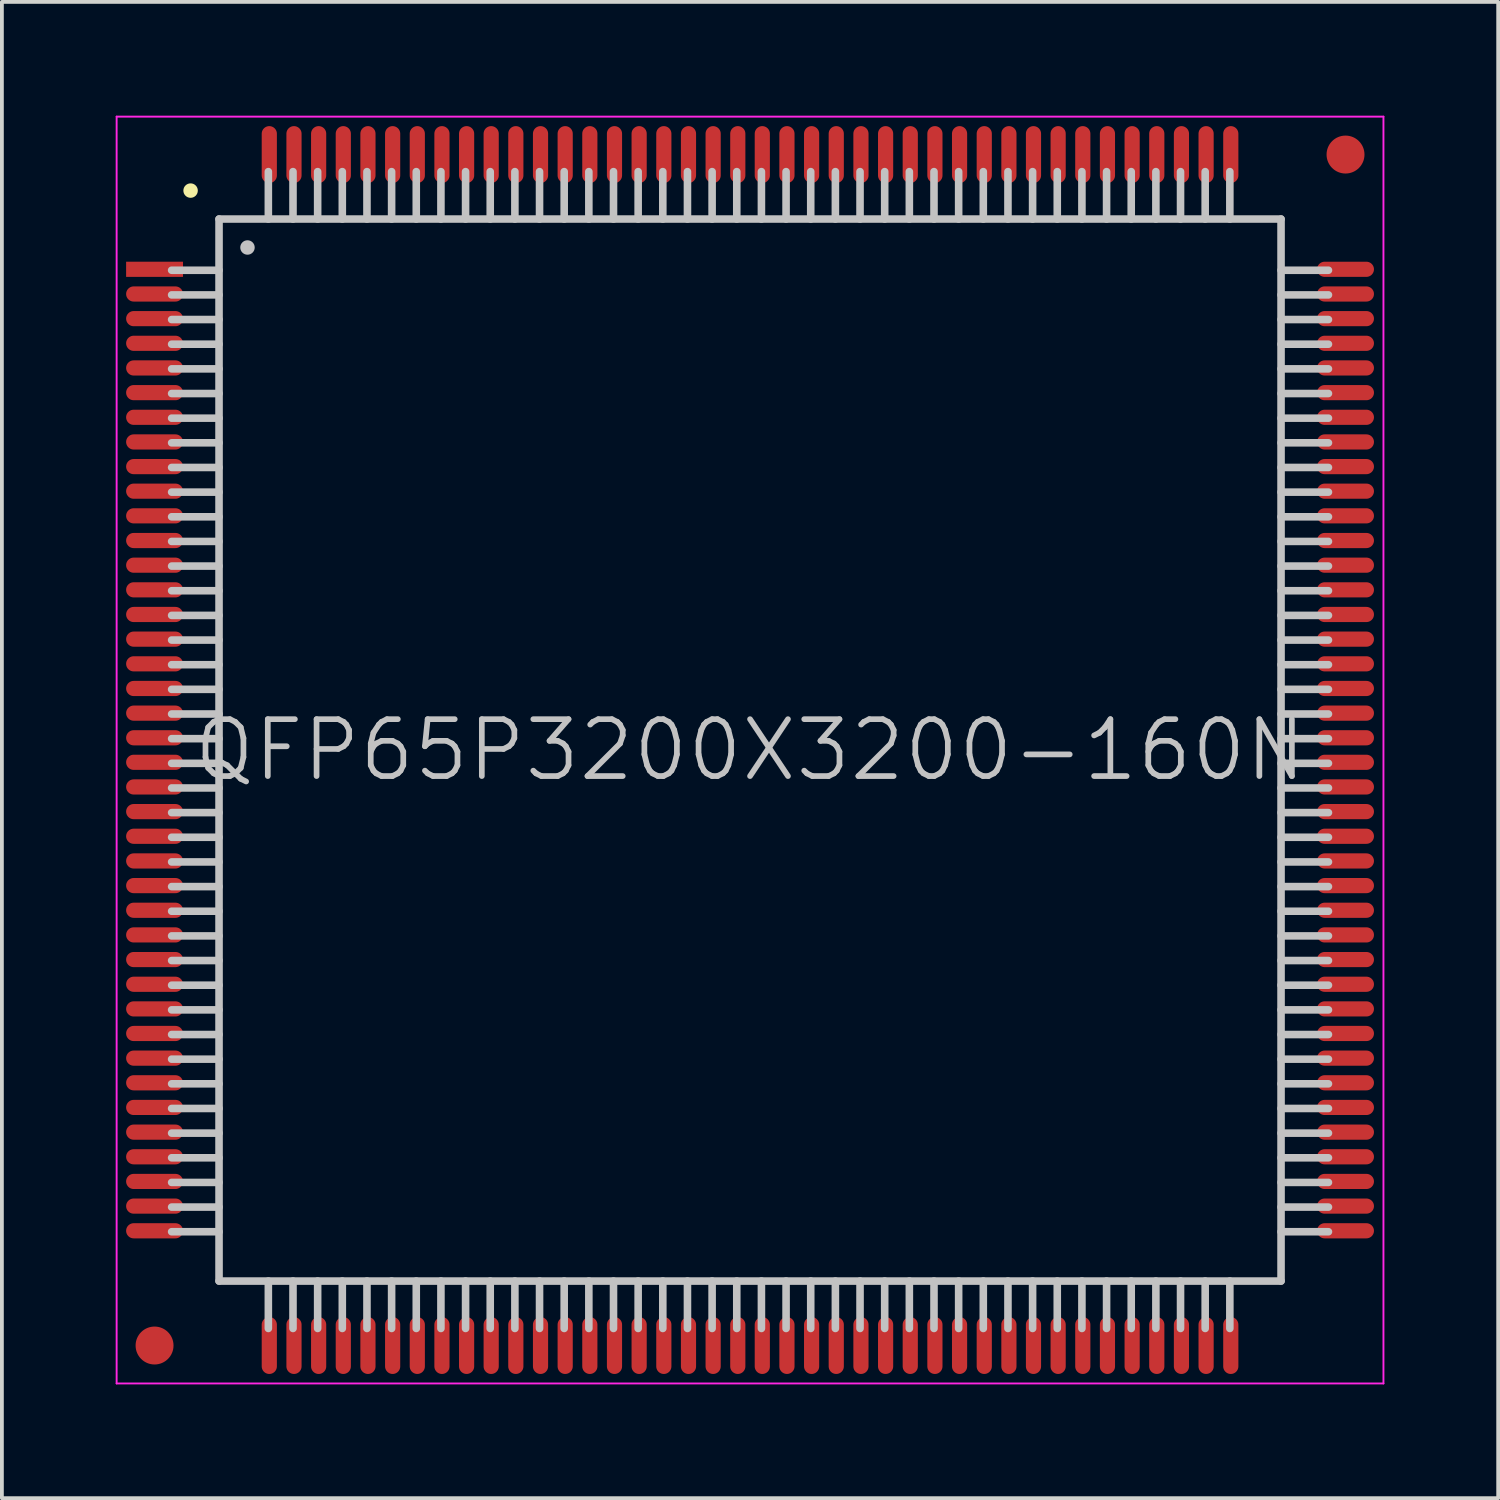
<source format=kicad_pcb>
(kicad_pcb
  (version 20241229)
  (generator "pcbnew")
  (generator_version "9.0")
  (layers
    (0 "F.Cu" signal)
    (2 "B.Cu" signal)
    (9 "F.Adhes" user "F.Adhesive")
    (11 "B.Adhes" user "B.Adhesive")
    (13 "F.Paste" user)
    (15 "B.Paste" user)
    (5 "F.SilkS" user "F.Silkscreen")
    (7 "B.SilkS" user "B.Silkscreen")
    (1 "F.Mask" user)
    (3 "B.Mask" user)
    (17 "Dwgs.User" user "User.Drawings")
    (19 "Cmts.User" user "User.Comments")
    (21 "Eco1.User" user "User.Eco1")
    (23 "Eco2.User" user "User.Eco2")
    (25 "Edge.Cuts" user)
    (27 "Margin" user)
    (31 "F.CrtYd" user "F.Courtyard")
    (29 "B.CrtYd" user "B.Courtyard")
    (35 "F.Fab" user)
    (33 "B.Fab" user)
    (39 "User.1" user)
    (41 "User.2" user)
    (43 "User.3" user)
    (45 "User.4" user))
  (footprint "QFP65P3200X3200-160N"
    (layer "F.Cu")
    (at 16.725 16.725)
    (property "Reference" "QFP65P3200X3200-160N" (at 0 0 0) (layer "Dwgs.User") (effects (font (size 1.5 1.5) (thickness 0.15))))
    (attr smd)
    (fp_line (start -14.75 -14.75) (end -14.75 -14.75) (stroke (width 0.381) (type solid)) (layer "F.SilkS"))
    (fp_line (start -14 -14) (end -14 14) (stroke (width 0.2) (type solid)) (layer "Dwgs.User"))
    (fp_line (start -14 -14) (end 14 -14) (stroke (width 0.2) (type solid)) (layer "Dwgs.User"))
    (fp_line (start -14 -12.65) (end -15.25 -12.65) (stroke (width 0.2) (type solid)) (layer "Dwgs.User"))
    (fp_line (start -14 -12) (end -15.25 -12) (stroke (width 0.2) (type solid)) (layer "Dwgs.User"))
    (fp_line (start -14 -11.35) (end -15.25 -11.35) (stroke (width 0.2) (type solid)) (layer "Dwgs.User"))
    (fp_line (start -14 -10.7) (end -15.25 -10.7) (stroke (width 0.2) (type solid)) (layer "Dwgs.User"))
    (fp_line (start -14 -10.05) (end -15.25 -10.05) (stroke (width 0.2) (type solid)) (layer "Dwgs.User"))
    (fp_line (start -14 -9.4) (end -15.25 -9.4) (stroke (width 0.2) (type solid)) (layer "Dwgs.User"))
    (fp_line (start -14 -8.75) (end -15.25 -8.75) (stroke (width 0.2) (type solid)) (layer "Dwgs.User"))
    (fp_line (start -14 -8.1) (end -15.25 -8.1) (stroke (width 0.2) (type solid)) (layer "Dwgs.User"))
    (fp_line (start -14 -7.45) (end -15.25 -7.45) (stroke (width 0.2) (type solid)) (layer "Dwgs.User"))
    (fp_line (start -14 -6.8) (end -15.25 -6.8) (stroke (width 0.2) (type solid)) (layer "Dwgs.User"))
    (fp_line (start -14 -6.15) (end -15.25 -6.15) (stroke (width 0.2) (type solid)) (layer "Dwgs.User"))
    (fp_line (start -14 -5.5) (end -15.25 -5.5) (stroke (width 0.2) (type solid)) (layer "Dwgs.User"))
    (fp_line (start -14 -4.85) (end -15.25 -4.85) (stroke (width 0.2) (type solid)) (layer "Dwgs.User"))
    (fp_line (start -14 -4.2) (end -15.25 -4.2) (stroke (width 0.2) (type solid)) (layer "Dwgs.User"))
    (fp_line (start -14 -3.55) (end -15.25 -3.55) (stroke (width 0.2) (type solid)) (layer "Dwgs.User"))
    (fp_line (start -14 -2.9) (end -15.25 -2.9) (stroke (width 0.2) (type solid)) (layer "Dwgs.User"))
    (fp_line (start -14 -2.25) (end -15.25 -2.25) (stroke (width 0.2) (type solid)) (layer "Dwgs.User"))
    (fp_line (start -14 -1.6) (end -15.25 -1.6) (stroke (width 0.2) (type solid)) (layer "Dwgs.User"))
    (fp_line (start -14 -0.95) (end -15.25 -0.95) (stroke (width 0.2) (type solid)) (layer "Dwgs.User"))
    (fp_line (start -14 -0.3) (end -15.25 -0.3) (stroke (width 0.2) (type solid)) (layer "Dwgs.User"))
    (fp_line (start -14 0.35) (end -15.25 0.35) (stroke (width 0.2) (type solid)) (layer "Dwgs.User"))
    (fp_line (start -14 1) (end -15.25 1) (stroke (width 0.2) (type solid)) (layer "Dwgs.User"))
    (fp_line (start -14 1.65) (end -15.25 1.65) (stroke (width 0.2) (type solid)) (layer "Dwgs.User"))
    (fp_line (start -14 2.3) (end -15.25 2.3) (stroke (width 0.2) (type solid)) (layer "Dwgs.User"))
    (fp_line (start -14 2.95) (end -15.25 2.95) (stroke (width 0.2) (type solid)) (layer "Dwgs.User"))
    (fp_line (start -14 3.6) (end -15.25 3.6) (stroke (width 0.2) (type solid)) (layer "Dwgs.User"))
    (fp_line (start -14 4.25) (end -15.25 4.25) (stroke (width 0.2) (type solid)) (layer "Dwgs.User"))
    (fp_line (start -14 4.9) (end -15.25 4.9) (stroke (width 0.2) (type solid)) (layer "Dwgs.User"))
    (fp_line (start -14 5.55) (end -15.25 5.55) (stroke (width 0.2) (type solid)) (layer "Dwgs.User"))
    (fp_line (start -14 6.2) (end -15.25 6.2) (stroke (width 0.2) (type solid)) (layer "Dwgs.User"))
    (fp_line (start -14 6.85) (end -15.25 6.85) (stroke (width 0.2) (type solid)) (layer "Dwgs.User"))
    (fp_line (start -14 7.5) (end -15.25 7.5) (stroke (width 0.2) (type solid)) (layer "Dwgs.User"))
    (fp_line (start -14 8.15) (end -15.25 8.15) (stroke (width 0.2) (type solid)) (layer "Dwgs.User"))
    (fp_line (start -14 8.8) (end -15.25 8.8) (stroke (width 0.2) (type solid)) (layer "Dwgs.User"))
    (fp_line (start -14 9.45) (end -15.25 9.45) (stroke (width 0.2) (type solid)) (layer "Dwgs.User"))
    (fp_line (start -14 10.1) (end -15.25 10.1) (stroke (width 0.2) (type solid)) (layer "Dwgs.User"))
    (fp_line (start -14 10.75) (end -15.25 10.75) (stroke (width 0.2) (type solid)) (layer "Dwgs.User"))
    (fp_line (start -14 11.4) (end -15.25 11.4) (stroke (width 0.2) (type solid)) (layer "Dwgs.User"))
    (fp_line (start -14 12.05) (end -15.25 12.05) (stroke (width 0.2) (type solid)) (layer "Dwgs.User"))
    (fp_line (start -14 12.7) (end -15.25 12.7) (stroke (width 0.2) (type solid)) (layer "Dwgs.User"))
    (fp_line (start -14 14) (end 14 14) (stroke (width 0.2) (type solid)) (layer "Dwgs.User"))
    (fp_line (start -13.25 -13.25) (end -13.25 -13.25) (stroke (width 0.381) (type solid)) (layer "Dwgs.User"))
    (fp_line (start -12.7 -15.25) (end -12.7 -14) (stroke (width 0.2) (type solid)) (layer "Dwgs.User"))
    (fp_line (start -12.7 14) (end -12.7 15.25) (stroke (width 0.2) (type solid)) (layer "Dwgs.User"))
    (fp_line (start -12.05 -15.25) (end -12.05 -14) (stroke (width 0.2) (type solid)) (layer "Dwgs.User"))
    (fp_line (start -12.05 14) (end -12.05 15.25) (stroke (width 0.2) (type solid)) (layer "Dwgs.User"))
    (fp_line (start -11.4 -15.25) (end -11.4 -14) (stroke (width 0.2) (type solid)) (layer "Dwgs.User"))
    (fp_line (start -11.4 14) (end -11.4 15.25) (stroke (width 0.2) (type solid)) (layer "Dwgs.User"))
    (fp_line (start -10.75 -15.25) (end -10.75 -14) (stroke (width 0.2) (type solid)) (layer "Dwgs.User"))
    (fp_line (start -10.75 14) (end -10.75 15.25) (stroke (width 0.2) (type solid)) (layer "Dwgs.User"))
    (fp_line (start -10.1 -15.25) (end -10.1 -14) (stroke (width 0.2) (type solid)) (layer "Dwgs.User"))
    (fp_line (start -10.1 14) (end -10.1 15.25) (stroke (width 0.2) (type solid)) (layer "Dwgs.User"))
    (fp_line (start -9.45 -15.25) (end -9.45 -14) (stroke (width 0.2) (type solid)) (layer "Dwgs.User"))
    (fp_line (start -9.45 14) (end -9.45 15.25) (stroke (width 0.2) (type solid)) (layer "Dwgs.User"))
    (fp_line (start -8.8 -15.25) (end -8.8 -14) (stroke (width 0.2) (type solid)) (layer "Dwgs.User"))
    (fp_line (start -8.8 14) (end -8.8 15.25) (stroke (width 0.2) (type solid)) (layer "Dwgs.User"))
    (fp_line (start -8.15 -15.25) (end -8.15 -14) (stroke (width 0.2) (type solid)) (layer "Dwgs.User"))
    (fp_line (start -8.15 14) (end -8.15 15.25) (stroke (width 0.2) (type solid)) (layer "Dwgs.User"))
    (fp_line (start -7.5 -15.25) (end -7.5 -14) (stroke (width 0.2) (type solid)) (layer "Dwgs.User"))
    (fp_line (start -7.5 14) (end -7.5 15.25) (stroke (width 0.2) (type solid)) (layer "Dwgs.User"))
    (fp_line (start -6.85 -15.25) (end -6.85 -14) (stroke (width 0.2) (type solid)) (layer "Dwgs.User"))
    (fp_line (start -6.85 14) (end -6.85 15.25) (stroke (width 0.2) (type solid)) (layer "Dwgs.User"))
    (fp_line (start -6.2 -15.25) (end -6.2 -14) (stroke (width 0.2) (type solid)) (layer "Dwgs.User"))
    (fp_line (start -6.2 14) (end -6.2 15.25) (stroke (width 0.2) (type solid)) (layer "Dwgs.User"))
    (fp_line (start -5.55 -15.25) (end -5.55 -14) (stroke (width 0.2) (type solid)) (layer "Dwgs.User"))
    (fp_line (start -5.55 14) (end -5.55 15.25) (stroke (width 0.2) (type solid)) (layer "Dwgs.User"))
    (fp_line (start -4.9 -15.25) (end -4.9 -14) (stroke (width 0.2) (type solid)) (layer "Dwgs.User"))
    (fp_line (start -4.9 14) (end -4.9 15.25) (stroke (width 0.2) (type solid)) (layer "Dwgs.User"))
    (fp_line (start -4.25 -15.25) (end -4.25 -14) (stroke (width 0.2) (type solid)) (layer "Dwgs.User"))
    (fp_line (start -4.25 14) (end -4.25 15.25) (stroke (width 0.2) (type solid)) (layer "Dwgs.User"))
    (fp_line (start -3.6 -15.25) (end -3.6 -14) (stroke (width 0.2) (type solid)) (layer "Dwgs.User"))
    (fp_line (start -3.6 14) (end -3.6 15.25) (stroke (width 0.2) (type solid)) (layer "Dwgs.User"))
    (fp_line (start -2.95 -15.25) (end -2.95 -14) (stroke (width 0.2) (type solid)) (layer "Dwgs.User"))
    (fp_line (start -2.95 14) (end -2.95 15.25) (stroke (width 0.2) (type solid)) (layer "Dwgs.User"))
    (fp_line (start -2.3 -15.25) (end -2.3 -14) (stroke (width 0.2) (type solid)) (layer "Dwgs.User"))
    (fp_line (start -2.3 14) (end -2.3 15.25) (stroke (width 0.2) (type solid)) (layer "Dwgs.User"))
    (fp_line (start -1.65 -15.25) (end -1.65 -14) (stroke (width 0.2) (type solid)) (layer "Dwgs.User"))
    (fp_line (start -1.65 14) (end -1.65 15.25) (stroke (width 0.2) (type solid)) (layer "Dwgs.User"))
    (fp_line (start -1 -15.25) (end -1 -14) (stroke (width 0.2) (type solid)) (layer "Dwgs.User"))
    (fp_line (start -1 14) (end -1 15.25) (stroke (width 0.2) (type solid)) (layer "Dwgs.User"))
    (fp_line (start -0.35 -15.25) (end -0.35 -14) (stroke (width 0.2) (type solid)) (layer "Dwgs.User"))
    (fp_line (start -0.35 14) (end -0.35 15.25) (stroke (width 0.2) (type solid)) (layer "Dwgs.User"))
    (fp_line (start 0.3 -15.25) (end 0.3 -14) (stroke (width 0.2) (type solid)) (layer "Dwgs.User"))
    (fp_line (start 0.3 14) (end 0.3 15.25) (stroke (width 0.2) (type solid)) (layer "Dwgs.User"))
    (fp_line (start 0.95 -15.25) (end 0.95 -14) (stroke (width 0.2) (type solid)) (layer "Dwgs.User"))
    (fp_line (start 0.95 14) (end 0.95 15.25) (stroke (width 0.2) (type solid)) (layer "Dwgs.User"))
    (fp_line (start 1.6 -15.25) (end 1.6 -14) (stroke (width 0.2) (type solid)) (layer "Dwgs.User"))
    (fp_line (start 1.6 14) (end 1.6 15.25) (stroke (width 0.2) (type solid)) (layer "Dwgs.User"))
    (fp_line (start 2.25 -15.25) (end 2.25 -14) (stroke (width 0.2) (type solid)) (layer "Dwgs.User"))
    (fp_line (start 2.25 14) (end 2.25 15.25) (stroke (width 0.2) (type solid)) (layer "Dwgs.User"))
    (fp_line (start 2.9 -15.25) (end 2.9 -14) (stroke (width 0.2) (type solid)) (layer "Dwgs.User"))
    (fp_line (start 2.9 14) (end 2.9 15.25) (stroke (width 0.2) (type solid)) (layer "Dwgs.User"))
    (fp_line (start 3.55 -15.25) (end 3.55 -14) (stroke (width 0.2) (type solid)) (layer "Dwgs.User"))
    (fp_line (start 3.55 14) (end 3.55 15.25) (stroke (width 0.2) (type solid)) (layer "Dwgs.User"))
    (fp_line (start 4.2 -15.25) (end 4.2 -14) (stroke (width 0.2) (type solid)) (layer "Dwgs.User"))
    (fp_line (start 4.2 14) (end 4.2 15.25) (stroke (width 0.2) (type solid)) (layer "Dwgs.User"))
    (fp_line (start 4.85 -15.25) (end 4.85 -14) (stroke (width 0.2) (type solid)) (layer "Dwgs.User"))
    (fp_line (start 4.85 14) (end 4.85 15.25) (stroke (width 0.2) (type solid)) (layer "Dwgs.User"))
    (fp_line (start 5.5 -15.25) (end 5.5 -14) (stroke (width 0.2) (type solid)) (layer "Dwgs.User"))
    (fp_line (start 5.5 14) (end 5.5 15.25) (stroke (width 0.2) (type solid)) (layer "Dwgs.User"))
    (fp_line (start 6.15 -15.25) (end 6.15 -14) (stroke (width 0.2) (type solid)) (layer "Dwgs.User"))
    (fp_line (start 6.15 14) (end 6.15 15.25) (stroke (width 0.2) (type solid)) (layer "Dwgs.User"))
    (fp_line (start 6.8 -15.25) (end 6.8 -14) (stroke (width 0.2) (type solid)) (layer "Dwgs.User"))
    (fp_line (start 6.8 14) (end 6.8 15.25) (stroke (width 0.2) (type solid)) (layer "Dwgs.User"))
    (fp_line (start 7.45 -15.25) (end 7.45 -14) (stroke (width 0.2) (type solid)) (layer "Dwgs.User"))
    (fp_line (start 7.45 14) (end 7.45 15.25) (stroke (width 0.2) (type solid)) (layer "Dwgs.User"))
    (fp_line (start 8.1 -15.25) (end 8.1 -14) (stroke (width 0.2) (type solid)) (layer "Dwgs.User"))
    (fp_line (start 8.1 14) (end 8.1 15.25) (stroke (width 0.2) (type solid)) (layer "Dwgs.User"))
    (fp_line (start 8.75 -15.25) (end 8.75 -14) (stroke (width 0.2) (type solid)) (layer "Dwgs.User"))
    (fp_line (start 8.75 14) (end 8.75 15.25) (stroke (width 0.2) (type solid)) (layer "Dwgs.User"))
    (fp_line (start 9.4 -15.25) (end 9.4 -14) (stroke (width 0.2) (type solid)) (layer "Dwgs.User"))
    (fp_line (start 9.4 14) (end 9.4 15.25) (stroke (width 0.2) (type solid)) (layer "Dwgs.User"))
    (fp_line (start 10.05 -15.25) (end 10.05 -14) (stroke (width 0.2) (type solid)) (layer "Dwgs.User"))
    (fp_line (start 10.05 14) (end 10.05 15.25) (stroke (width 0.2) (type solid)) (layer "Dwgs.User"))
    (fp_line (start 10.7 -15.25) (end 10.7 -14) (stroke (width 0.2) (type solid)) (layer "Dwgs.User"))
    (fp_line (start 10.7 14) (end 10.7 15.25) (stroke (width 0.2) (type solid)) (layer "Dwgs.User"))
    (fp_line (start 11.35 -15.25) (end 11.35 -14) (stroke (width 0.2) (type solid)) (layer "Dwgs.User"))
    (fp_line (start 11.35 14) (end 11.35 15.25) (stroke (width 0.2) (type solid)) (layer "Dwgs.User"))
    (fp_line (start 12 -15.25) (end 12 -14) (stroke (width 0.2) (type solid)) (layer "Dwgs.User"))
    (fp_line (start 12 14) (end 12 15.25) (stroke (width 0.2) (type solid)) (layer "Dwgs.User"))
    (fp_line (start 12.65 -15.25) (end 12.65 -14) (stroke (width 0.2) (type solid)) (layer "Dwgs.User"))
    (fp_line (start 12.65 14) (end 12.65 15.25) (stroke (width 0.2) (type solid)) (layer "Dwgs.User"))
    (fp_line (start 14 -14) (end 14 14) (stroke (width 0.2) (type solid)) (layer "Dwgs.User"))
    (fp_line (start 15.25 -12.65) (end 14 -12.65) (stroke (width 0.2) (type solid)) (layer "Dwgs.User"))
    (fp_line (start 15.25 -12) (end 14 -12) (stroke (width 0.2) (type solid)) (layer "Dwgs.User"))
    (fp_line (start 15.25 -11.35) (end 14 -11.35) (stroke (width 0.2) (type solid)) (layer "Dwgs.User"))
    (fp_line (start 15.25 -10.7) (end 14 -10.7) (stroke (width 0.2) (type solid)) (layer "Dwgs.User"))
    (fp_line (start 15.25 -10.05) (end 14 -10.05) (stroke (width 0.2) (type solid)) (layer "Dwgs.User"))
    (fp_line (start 15.25 -9.4) (end 14 -9.4) (stroke (width 0.2) (type solid)) (layer "Dwgs.User"))
    (fp_line (start 15.25 -8.75) (end 14 -8.75) (stroke (width 0.2) (type solid)) (layer "Dwgs.User"))
    (fp_line (start 15.25 -8.1) (end 14 -8.1) (stroke (width 0.2) (type solid)) (layer "Dwgs.User"))
    (fp_line (start 15.25 -7.45) (end 14 -7.45) (stroke (width 0.2) (type solid)) (layer "Dwgs.User"))
    (fp_line (start 15.25 -6.8) (end 14 -6.8) (stroke (width 0.2) (type solid)) (layer "Dwgs.User"))
    (fp_line (start 15.25 -6.15) (end 14 -6.15) (stroke (width 0.2) (type solid)) (layer "Dwgs.User"))
    (fp_line (start 15.25 -5.5) (end 14 -5.5) (stroke (width 0.2) (type solid)) (layer "Dwgs.User"))
    (fp_line (start 15.25 -4.85) (end 14 -4.85) (stroke (width 0.2) (type solid)) (layer "Dwgs.User"))
    (fp_line (start 15.25 -4.2) (end 14 -4.2) (stroke (width 0.2) (type solid)) (layer "Dwgs.User"))
    (fp_line (start 15.25 -3.55) (end 14 -3.55) (stroke (width 0.2) (type solid)) (layer "Dwgs.User"))
    (fp_line (start 15.25 -2.9) (end 14 -2.9) (stroke (width 0.2) (type solid)) (layer "Dwgs.User"))
    (fp_line (start 15.25 -2.25) (end 14 -2.25) (stroke (width 0.2) (type solid)) (layer "Dwgs.User"))
    (fp_line (start 15.25 -1.6) (end 14 -1.6) (stroke (width 0.2) (type solid)) (layer "Dwgs.User"))
    (fp_line (start 15.25 -0.95) (end 14 -0.95) (stroke (width 0.2) (type solid)) (layer "Dwgs.User"))
    (fp_line (start 15.25 -0.3) (end 14 -0.3) (stroke (width 0.2) (type solid)) (layer "Dwgs.User"))
    (fp_line (start 15.25 0.35) (end 14 0.35) (stroke (width 0.2) (type solid)) (layer "Dwgs.User"))
    (fp_line (start 15.25 1) (end 14 1) (stroke (width 0.2) (type solid)) (layer "Dwgs.User"))
    (fp_line (start 15.25 1.65) (end 14 1.65) (stroke (width 0.2) (type solid)) (layer "Dwgs.User"))
    (fp_line (start 15.25 2.3) (end 14 2.3) (stroke (width 0.2) (type solid)) (layer "Dwgs.User"))
    (fp_line (start 15.25 2.95) (end 14 2.95) (stroke (width 0.2) (type solid)) (layer "Dwgs.User"))
    (fp_line (start 15.25 3.6) (end 14 3.6) (stroke (width 0.2) (type solid)) (layer "Dwgs.User"))
    (fp_line (start 15.25 4.25) (end 14 4.25) (stroke (width 0.2) (type solid)) (layer "Dwgs.User"))
    (fp_line (start 15.25 4.9) (end 14 4.9) (stroke (width 0.2) (type solid)) (layer "Dwgs.User"))
    (fp_line (start 15.25 5.55) (end 14 5.55) (stroke (width 0.2) (type solid)) (layer "Dwgs.User"))
    (fp_line (start 15.25 6.2) (end 14 6.2) (stroke (width 0.2) (type solid)) (layer "Dwgs.User"))
    (fp_line (start 15.25 6.85) (end 14 6.85) (stroke (width 0.2) (type solid)) (layer "Dwgs.User"))
    (fp_line (start 15.25 7.5) (end 14 7.5) (stroke (width 0.2) (type solid)) (layer "Dwgs.User"))
    (fp_line (start 15.25 8.15) (end 14 8.15) (stroke (width 0.2) (type solid)) (layer "Dwgs.User"))
    (fp_line (start 15.25 8.8) (end 14 8.8) (stroke (width 0.2) (type solid)) (layer "Dwgs.User"))
    (fp_line (start 15.25 9.45) (end 14 9.45) (stroke (width 0.2) (type solid)) (layer "Dwgs.User"))
    (fp_line (start 15.25 10.1) (end 14 10.1) (stroke (width 0.2) (type solid)) (layer "Dwgs.User"))
    (fp_line (start 15.25 10.75) (end 14 10.75) (stroke (width 0.2) (type solid)) (layer "Dwgs.User"))
    (fp_line (start 15.25 11.4) (end 14 11.4) (stroke (width 0.2) (type solid)) (layer "Dwgs.User"))
    (fp_line (start 15.25 12.05) (end 14 12.05) (stroke (width 0.2) (type solid)) (layer "Dwgs.User"))
    (fp_line (start 15.25 12.7) (end 14 12.7) (stroke (width 0.2) (type solid)) (layer "Dwgs.User"))
    (fp_line (start -16.7 -16.7) (end -16.7 16.7) (stroke (width 0.05) (type solid)) (layer "F.CrtYd"))
    (fp_line (start -16.7 -16.7) (end 16.7 -16.7) (stroke (width 0.05) (type solid)) (layer "F.CrtYd"))
    (fp_line (start -16.7 16.7) (end 16.7 16.7) (stroke (width 0.05) (type solid)) (layer "F.CrtYd"))
    (fp_line (start 16.7 -16.7) (end 16.7 16.7) (stroke (width 0.05) (type solid)) (layer "F.CrtYd"))
    (pad "" smd circle (at -15.7 15.7) (size 1 1) (layers "F.Cu" "F.Mask"))
    (pad "" smd circle (at 15.7 -15.7) (size 1 1) (layers "F.Cu" "F.Mask"))
    (pad "1" smd rect (at -15.7 -12.675 90) (size 0.4 1.5) (layers "F.Cu" "F.Mask" "F.Paste"))
    (pad "2" smd oval (at -15.7 -12.024 90) (size 0.4 1.5) (layers "F.Cu" "F.Mask" "F.Paste"))
    (pad "3" smd oval (at -15.7 -11.374 90) (size 0.4 1.5) (layers "F.Cu" "F.Mask" "F.Paste"))
    (pad "4" smd oval (at -15.7 -10.724 90) (size 0.4 1.5) (layers "F.Cu" "F.Mask" "F.Paste"))
    (pad "5" smd oval (at -15.7 -10.074 90) (size 0.4 1.5) (layers "F.Cu" "F.Mask" "F.Paste"))
    (pad "6" smd oval (at -15.7 -9.423 90) (size 0.4 1.5) (layers "F.Cu" "F.Mask" "F.Paste"))
    (pad "7" smd oval (at -15.7 -8.773 90) (size 0.4 1.5) (layers "F.Cu" "F.Mask" "F.Paste"))
    (pad "8" smd oval (at -15.7 -8.123 90) (size 0.4 1.5) (layers "F.Cu" "F.Mask" "F.Paste"))
    (pad "9" smd oval (at -15.7 -7.473 90) (size 0.4 1.5) (layers "F.Cu" "F.Mask" "F.Paste"))
    (pad "10" smd oval (at -15.7 -6.825 90) (size 0.4 1.5) (layers "F.Cu" "F.Mask" "F.Paste"))
    (pad "11" smd oval (at -15.7 -6.175 90) (size 0.4 1.5) (layers "F.Cu" "F.Mask" "F.Paste"))
    (pad "12" smd oval (at -15.7 -5.524 90) (size 0.4 1.5) (layers "F.Cu" "F.Mask" "F.Paste"))
    (pad "13" smd oval (at -15.7 -4.874 90) (size 0.4 1.5) (layers "F.Cu" "F.Mask" "F.Paste"))
    (pad "14" smd oval (at -15.7 -4.224 90) (size 0.4 1.5) (layers "F.Cu" "F.Mask" "F.Paste"))
    (pad "15" smd oval (at -15.7 -3.574 90) (size 0.4 1.5) (layers "F.Cu" "F.Mask" "F.Paste"))
    (pad "16" smd oval (at -15.7 -2.924 90) (size 0.4 1.5) (layers "F.Cu" "F.Mask" "F.Paste"))
    (pad "17" smd oval (at -15.7 -2.273 90) (size 0.4 1.5) (layers "F.Cu" "F.Mask" "F.Paste"))
    (pad "18" smd oval (at -15.7 -1.623 90) (size 0.4 1.5) (layers "F.Cu" "F.Mask" "F.Paste"))
    (pad "19" smd oval (at -15.7 -0.973 90) (size 0.4 1.5) (layers "F.Cu" "F.Mask" "F.Paste"))
    (pad "20" smd oval (at -15.7 -0.323 90) (size 0.4 1.5) (layers "F.Cu" "F.Mask" "F.Paste"))
    (pad "21" smd oval (at -15.7 0.323 90) (size 0.4 1.5) (layers "F.Cu" "F.Mask" "F.Paste"))
    (pad "22" smd oval (at -15.7 0.973 90) (size 0.4 1.5) (layers "F.Cu" "F.Mask" "F.Paste"))
    (pad "23" smd oval (at -15.7 1.623 90) (size 0.4 1.5) (layers "F.Cu" "F.Mask" "F.Paste"))
    (pad "24" smd oval (at -15.7 2.273 90) (size 0.4 1.5) (layers "F.Cu" "F.Mask" "F.Paste"))
    (pad "25" smd oval (at -15.7 2.924 90) (size 0.4 1.5) (layers "F.Cu" "F.Mask" "F.Paste"))
    (pad "26" smd oval (at -15.7 3.574 90) (size 0.4 1.5) (layers "F.Cu" "F.Mask" "F.Paste"))
    (pad "27" smd oval (at -15.7 4.224 90) (size 0.4 1.5) (layers "F.Cu" "F.Mask" "F.Paste"))
    (pad "28" smd oval (at -15.7 4.874 90) (size 0.4 1.5) (layers "F.Cu" "F.Mask" "F.Paste"))
    (pad "29" smd oval (at -15.7 5.524 90) (size 0.4 1.5) (layers "F.Cu" "F.Mask" "F.Paste"))
    (pad "30" smd oval (at -15.7 6.175 90) (size 0.4 1.5) (layers "F.Cu" "F.Mask" "F.Paste"))
    (pad "31" smd oval (at -15.7 6.825 90) (size 0.4 1.5) (layers "F.Cu" "F.Mask" "F.Paste"))
    (pad "32" smd oval (at -15.7 7.473 90) (size 0.4 1.5) (layers "F.Cu" "F.Mask" "F.Paste"))
    (pad "33" smd oval (at -15.7 8.123 90) (size 0.4 1.5) (layers "F.Cu" "F.Mask" "F.Paste"))
    (pad "34" smd oval (at -15.7 8.773 90) (size 0.4 1.5) (layers "F.Cu" "F.Mask" "F.Paste"))
    (pad "35" smd oval (at -15.7 9.423 90) (size 0.4 1.5) (layers "F.Cu" "F.Mask" "F.Paste"))
    (pad "36" smd oval (at -15.7 10.074 90) (size 0.4 1.5) (layers "F.Cu" "F.Mask" "F.Paste"))
    (pad "37" smd oval (at -15.7 10.724 90) (size 0.4 1.5) (layers "F.Cu" "F.Mask" "F.Paste"))
    (pad "38" smd oval (at -15.7 11.374 90) (size 0.4 1.5) (layers "F.Cu" "F.Mask" "F.Paste"))
    (pad "39" smd oval (at -15.7 12.024 90) (size 0.4 1.5) (layers "F.Cu" "F.Mask" "F.Paste"))
    (pad "40" smd oval (at -15.7 12.675 90) (size 0.4 1.5) (layers "F.Cu" "F.Mask" "F.Paste"))
    (pad "41" smd oval (at -12.675 15.7 180) (size 0.4 1.5) (layers "F.Cu" "F.Mask" "F.Paste"))
    (pad "42" smd oval (at -12.024 15.7 180) (size 0.4 1.5) (layers "F.Cu" "F.Mask" "F.Paste"))
    (pad "43" smd oval (at -11.374 15.7 180) (size 0.4 1.5) (layers "F.Cu" "F.Mask" "F.Paste"))
    (pad "44" smd oval (at -10.724 15.7 180) (size 0.4 1.5) (layers "F.Cu" "F.Mask" "F.Paste"))
    (pad "45" smd oval (at -10.074 15.7 180) (size 0.4 1.5) (layers "F.Cu" "F.Mask" "F.Paste"))
    (pad "46" smd oval (at -9.423 15.7 180) (size 0.4 1.5) (layers "F.Cu" "F.Mask" "F.Paste"))
    (pad "47" smd oval (at -8.773 15.7 180) (size 0.4 1.5) (layers "F.Cu" "F.Mask" "F.Paste"))
    (pad "48" smd oval (at -8.123 15.7 180) (size 0.4 1.5) (layers "F.Cu" "F.Mask" "F.Paste"))
    (pad "49" smd oval (at -7.473 15.7 180) (size 0.4 1.5) (layers "F.Cu" "F.Mask" "F.Paste"))
    (pad "50" smd oval (at -6.825 15.7 180) (size 0.4 1.5) (layers "F.Cu" "F.Mask" "F.Paste"))
    (pad "51" smd oval (at -6.175 15.7 180) (size 0.4 1.5) (layers "F.Cu" "F.Mask" "F.Paste"))
    (pad "52" smd oval (at -5.524 15.7 180) (size 0.4 1.5) (layers "F.Cu" "F.Mask" "F.Paste"))
    (pad "53" smd oval (at -4.874 15.7 180) (size 0.4 1.5) (layers "F.Cu" "F.Mask" "F.Paste"))
    (pad "54" smd oval (at -4.224 15.7 180) (size 0.4 1.5) (layers "F.Cu" "F.Mask" "F.Paste"))
    (pad "55" smd oval (at -3.574 15.7 180) (size 0.4 1.5) (layers "F.Cu" "F.Mask" "F.Paste"))
    (pad "56" smd oval (at -2.924 15.7 180) (size 0.4 1.5) (layers "F.Cu" "F.Mask" "F.Paste"))
    (pad "57" smd oval (at -2.273 15.7 180) (size 0.4 1.5) (layers "F.Cu" "F.Mask" "F.Paste"))
    (pad "58" smd oval (at -1.623 15.7 180) (size 0.4 1.5) (layers "F.Cu" "F.Mask" "F.Paste"))
    (pad "59" smd oval (at -0.973 15.7 180) (size 0.4 1.5) (layers "F.Cu" "F.Mask" "F.Paste"))
    (pad "60" smd oval (at -0.323 15.7 180) (size 0.4 1.5) (layers "F.Cu" "F.Mask" "F.Paste"))
    (pad "61" smd oval (at 0.323 15.7 180) (size 0.4 1.5) (layers "F.Cu" "F.Mask" "F.Paste"))
    (pad "62" smd oval (at 0.973 15.7 180) (size 0.4 1.5) (layers "F.Cu" "F.Mask" "F.Paste"))
    (pad "63" smd oval (at 1.623 15.7 180) (size 0.4 1.5) (layers "F.Cu" "F.Mask" "F.Paste"))
    (pad "64" smd oval (at 2.273 15.7 180) (size 0.4 1.5) (layers "F.Cu" "F.Mask" "F.Paste"))
    (pad "65" smd oval (at 2.924 15.7 180) (size 0.4 1.5) (layers "F.Cu" "F.Mask" "F.Paste"))
    (pad "66" smd oval (at 3.574 15.7 180) (size 0.4 1.5) (layers "F.Cu" "F.Mask" "F.Paste"))
    (pad "67" smd oval (at 4.224 15.7 180) (size 0.4 1.5) (layers "F.Cu" "F.Mask" "F.Paste"))
    (pad "68" smd oval (at 4.874 15.7 180) (size 0.4 1.5) (layers "F.Cu" "F.Mask" "F.Paste"))
    (pad "69" smd oval (at 5.524 15.7 180) (size 0.4 1.5) (layers "F.Cu" "F.Mask" "F.Paste"))
    (pad "70" smd oval (at 6.175 15.7 180) (size 0.4 1.5) (layers "F.Cu" "F.Mask" "F.Paste"))
    (pad "71" smd oval (at 6.825 15.7 180) (size 0.4 1.5) (layers "F.Cu" "F.Mask" "F.Paste"))
    (pad "72" smd oval (at 7.473 15.7 180) (size 0.4 1.5) (layers "F.Cu" "F.Mask" "F.Paste"))
    (pad "73" smd oval (at 8.123 15.7 180) (size 0.4 1.5) (layers "F.Cu" "F.Mask" "F.Paste"))
    (pad "74" smd oval (at 8.773 15.7 180) (size 0.4 1.5) (layers "F.Cu" "F.Mask" "F.Paste"))
    (pad "75" smd oval (at 9.423 15.7 180) (size 0.4 1.5) (layers "F.Cu" "F.Mask" "F.Paste"))
    (pad "76" smd oval (at 10.074 15.7 180) (size 0.4 1.5) (layers "F.Cu" "F.Mask" "F.Paste"))
    (pad "77" smd oval (at 10.724 15.7 180) (size 0.4 1.5) (layers "F.Cu" "F.Mask" "F.Paste"))
    (pad "78" smd oval (at 11.374 15.7 180) (size 0.4 1.5) (layers "F.Cu" "F.Mask" "F.Paste"))
    (pad "79" smd oval (at 12.024 15.7 180) (size 0.4 1.5) (layers "F.Cu" "F.Mask" "F.Paste"))
    (pad "80" smd oval (at 12.675 15.7 180) (size 0.4 1.5) (layers "F.Cu" "F.Mask" "F.Paste"))
    (pad "81" smd oval (at 15.7 12.675 270) (size 0.4 1.5) (layers "F.Cu" "F.Mask" "F.Paste"))
    (pad "82" smd oval (at 15.7 12.024 270) (size 0.4 1.5) (layers "F.Cu" "F.Mask" "F.Paste"))
    (pad "83" smd oval (at 15.7 11.374 270) (size 0.4 1.5) (layers "F.Cu" "F.Mask" "F.Paste"))
    (pad "84" smd oval (at 15.7 10.724 270) (size 0.4 1.5) (layers "F.Cu" "F.Mask" "F.Paste"))
    (pad "85" smd oval (at 15.7 10.074 270) (size 0.4 1.5) (layers "F.Cu" "F.Mask" "F.Paste"))
    (pad "86" smd oval (at 15.7 9.423 270) (size 0.4 1.5) (layers "F.Cu" "F.Mask" "F.Paste"))
    (pad "87" smd oval (at 15.7 8.773 270) (size 0.4 1.5) (layers "F.Cu" "F.Mask" "F.Paste"))
    (pad "88" smd oval (at 15.7 8.123 270) (size 0.4 1.5) (layers "F.Cu" "F.Mask" "F.Paste"))
    (pad "89" smd oval (at 15.7 7.473 270) (size 0.4 1.5) (layers "F.Cu" "F.Mask" "F.Paste"))
    (pad "90" smd oval (at 15.7 6.825 270) (size 0.4 1.5) (layers "F.Cu" "F.Mask" "F.Paste"))
    (pad "91" smd oval (at 15.7 6.175 270) (size 0.4 1.5) (layers "F.Cu" "F.Mask" "F.Paste"))
    (pad "92" smd oval (at 15.7 5.524 270) (size 0.4 1.5) (layers "F.Cu" "F.Mask" "F.Paste"))
    (pad "93" smd oval (at 15.7 4.874 270) (size 0.4 1.5) (layers "F.Cu" "F.Mask" "F.Paste"))
    (pad "94" smd oval (at 15.7 4.224 270) (size 0.4 1.5) (layers "F.Cu" "F.Mask" "F.Paste"))
    (pad "95" smd oval (at 15.7 3.574 270) (size 0.4 1.5) (layers "F.Cu" "F.Mask" "F.Paste"))
    (pad "96" smd oval (at 15.7 2.924 270) (size 0.4 1.5) (layers "F.Cu" "F.Mask" "F.Paste"))
    (pad "97" smd oval (at 15.7 2.273 270) (size 0.4 1.5) (layers "F.Cu" "F.Mask" "F.Paste"))
    (pad "98" smd oval (at 15.7 1.623 270) (size 0.4 1.5) (layers "F.Cu" "F.Mask" "F.Paste"))
    (pad "99" smd oval (at 15.7 0.973 270) (size 0.4 1.5) (layers "F.Cu" "F.Mask" "F.Paste"))
    (pad "100" smd oval (at 15.7 0.323 270) (size 0.4 1.5) (layers "F.Cu" "F.Mask" "F.Paste"))
    (pad "101" smd oval (at 15.7 -0.323 270) (size 0.4 1.5) (layers "F.Cu" "F.Mask" "F.Paste"))
    (pad "102" smd oval (at 15.7 -0.973 270) (size 0.4 1.5) (layers "F.Cu" "F.Mask" "F.Paste"))
    (pad "103" smd oval (at 15.7 -1.623 270) (size 0.4 1.5) (layers "F.Cu" "F.Mask" "F.Paste"))
    (pad "104" smd oval (at 15.7 -2.273 270) (size 0.4 1.5) (layers "F.Cu" "F.Mask" "F.Paste"))
    (pad "105" smd oval (at 15.7 -2.924 270) (size 0.4 1.5) (layers "F.Cu" "F.Mask" "F.Paste"))
    (pad "106" smd oval (at 15.7 -3.574 270) (size 0.4 1.5) (layers "F.Cu" "F.Mask" "F.Paste"))
    (pad "107" smd oval (at 15.7 -4.224 270) (size 0.4 1.5) (layers "F.Cu" "F.Mask" "F.Paste"))
    (pad "108" smd oval (at 15.7 -4.874 270) (size 0.4 1.5) (layers "F.Cu" "F.Mask" "F.Paste"))
    (pad "109" smd oval (at 15.7 -5.524 270) (size 0.4 1.5) (layers "F.Cu" "F.Mask" "F.Paste"))
    (pad "110" smd oval (at 15.7 -6.175 270) (size 0.4 1.5) (layers "F.Cu" "F.Mask" "F.Paste"))
    (pad "111" smd oval (at 15.7 -6.825 270) (size 0.4 1.5) (layers "F.Cu" "F.Mask" "F.Paste"))
    (pad "112" smd oval (at 15.7 -7.473 270) (size 0.4 1.5) (layers "F.Cu" "F.Mask" "F.Paste"))
    (pad "113" smd oval (at 15.7 -8.123 270) (size 0.4 1.5) (layers "F.Cu" "F.Mask" "F.Paste"))
    (pad "114" smd oval (at 15.7 -8.773 270) (size 0.4 1.5) (layers "F.Cu" "F.Mask" "F.Paste"))
    (pad "115" smd oval (at 15.7 -9.423 270) (size 0.4 1.5) (layers "F.Cu" "F.Mask" "F.Paste"))
    (pad "116" smd oval (at 15.7 -10.074 270) (size 0.4 1.5) (layers "F.Cu" "F.Mask" "F.Paste"))
    (pad "117" smd oval (at 15.7 -10.724 270) (size 0.4 1.5) (layers "F.Cu" "F.Mask" "F.Paste"))
    (pad "118" smd oval (at 15.7 -11.374 270) (size 0.4 1.5) (layers "F.Cu" "F.Mask" "F.Paste"))
    (pad "119" smd oval (at 15.7 -12.024 270) (size 0.4 1.5) (layers "F.Cu" "F.Mask" "F.Paste"))
    (pad "120" smd oval (at 15.7 -12.675 270) (size 0.4 1.5) (layers "F.Cu" "F.Mask" "F.Paste"))
    (pad "121" smd oval (at 12.675 -15.7) (size 0.4 1.5) (layers "F.Cu" "F.Mask" "F.Paste"))
    (pad "122" smd oval (at 12.024 -15.7) (size 0.4 1.5) (layers "F.Cu" "F.Mask" "F.Paste"))
    (pad "123" smd oval (at 11.374 -15.7) (size 0.4 1.5) (layers "F.Cu" "F.Mask" "F.Paste"))
    (pad "124" smd oval (at 10.724 -15.7) (size 0.4 1.5) (layers "F.Cu" "F.Mask" "F.Paste"))
    (pad "125" smd oval (at 10.074 -15.7) (size 0.4 1.5) (layers "F.Cu" "F.Mask" "F.Paste"))
    (pad "126" smd oval (at 9.423 -15.7) (size 0.4 1.5) (layers "F.Cu" "F.Mask" "F.Paste"))
    (pad "127" smd oval (at 8.773 -15.7) (size 0.4 1.5) (layers "F.Cu" "F.Mask" "F.Paste"))
    (pad "128" smd oval (at 8.123 -15.7) (size 0.4 1.5) (layers "F.Cu" "F.Mask" "F.Paste"))
    (pad "129" smd oval (at 7.473 -15.7) (size 0.4 1.5) (layers "F.Cu" "F.Mask" "F.Paste"))
    (pad "130" smd oval (at 6.825 -15.7) (size 0.4 1.5) (layers "F.Cu" "F.Mask" "F.Paste"))
    (pad "131" smd oval (at 6.175 -15.7) (size 0.4 1.5) (layers "F.Cu" "F.Mask" "F.Paste"))
    (pad "132" smd oval (at 5.524 -15.7) (size 0.4 1.5) (layers "F.Cu" "F.Mask" "F.Paste"))
    (pad "133" smd oval (at 4.874 -15.7) (size 0.4 1.5) (layers "F.Cu" "F.Mask" "F.Paste"))
    (pad "134" smd oval (at 4.224 -15.7) (size 0.4 1.5) (layers "F.Cu" "F.Mask" "F.Paste"))
    (pad "135" smd oval (at 3.574 -15.7) (size 0.4 1.5) (layers "F.Cu" "F.Mask" "F.Paste"))
    (pad "136" smd oval (at 2.924 -15.7) (size 0.4 1.5) (layers "F.Cu" "F.Mask" "F.Paste"))
    (pad "137" smd oval (at 2.273 -15.7) (size 0.4 1.5) (layers "F.Cu" "F.Mask" "F.Paste"))
    (pad "138" smd oval (at 1.623 -15.7) (size 0.4 1.5) (layers "F.Cu" "F.Mask" "F.Paste"))
    (pad "139" smd oval (at 0.973 -15.7) (size 0.4 1.5) (layers "F.Cu" "F.Mask" "F.Paste"))
    (pad "140" smd oval (at 0.323 -15.7) (size 0.4 1.5) (layers "F.Cu" "F.Mask" "F.Paste"))
    (pad "141" smd oval (at -0.323 -15.7) (size 0.4 1.5) (layers "F.Cu" "F.Mask" "F.Paste"))
    (pad "142" smd oval (at -0.973 -15.7) (size 0.4 1.5) (layers "F.Cu" "F.Mask" "F.Paste"))
    (pad "143" smd oval (at -1.623 -15.7) (size 0.4 1.5) (layers "F.Cu" "F.Mask" "F.Paste"))
    (pad "144" smd oval (at -2.273 -15.7) (size 0.4 1.5) (layers "F.Cu" "F.Mask" "F.Paste"))
    (pad "145" smd oval (at -2.924 -15.7) (size 0.4 1.5) (layers "F.Cu" "F.Mask" "F.Paste"))
    (pad "146" smd oval (at -3.574 -15.7) (size 0.4 1.5) (layers "F.Cu" "F.Mask" "F.Paste"))
    (pad "147" smd oval (at -4.224 -15.7) (size 0.4 1.5) (layers "F.Cu" "F.Mask" "F.Paste"))
    (pad "148" smd oval (at -4.874 -15.7) (size 0.4 1.5) (layers "F.Cu" "F.Mask" "F.Paste"))
    (pad "149" smd oval (at -5.524 -15.7) (size 0.4 1.5) (layers "F.Cu" "F.Mask" "F.Paste"))
    (pad "150" smd oval (at -6.175 -15.7) (size 0.4 1.5) (layers "F.Cu" "F.Mask" "F.Paste"))
    (pad "151" smd oval (at -6.825 -15.7) (size 0.4 1.5) (layers "F.Cu" "F.Mask" "F.Paste"))
    (pad "152" smd oval (at -7.473 -15.7) (size 0.4 1.5) (layers "F.Cu" "F.Mask" "F.Paste"))
    (pad "153" smd oval (at -8.123 -15.7) (size 0.4 1.5) (layers "F.Cu" "F.Mask" "F.Paste"))
    (pad "154" smd oval (at -8.773 -15.7) (size 0.4 1.5) (layers "F.Cu" "F.Mask" "F.Paste"))
    (pad "155" smd oval (at -9.423 -15.7) (size 0.4 1.5) (layers "F.Cu" "F.Mask" "F.Paste"))
    (pad "156" smd oval (at -10.074 -15.7) (size 0.4 1.5) (layers "F.Cu" "F.Mask" "F.Paste"))
    (pad "157" smd oval (at -10.724 -15.7) (size 0.4 1.5) (layers "F.Cu" "F.Mask" "F.Paste"))
    (pad "158" smd oval (at -11.374 -15.7) (size 0.4 1.5) (layers "F.Cu" "F.Mask" "F.Paste"))
    (pad "159" smd oval (at -12.024 -15.7) (size 0.4 1.5) (layers "F.Cu" "F.Mask" "F.Paste"))
    (pad "160" smd oval (at -12.675 -15.7) (size 0.4 1.5) (layers "F.Cu" "F.Mask" "F.Paste")))
  (gr_rect
    (start -3 -3)
    (end 36.45 36.45)
    (stroke (width 0.1) (type default))
    (fill no)
    (layer "Edge.Cuts")))
</source>
